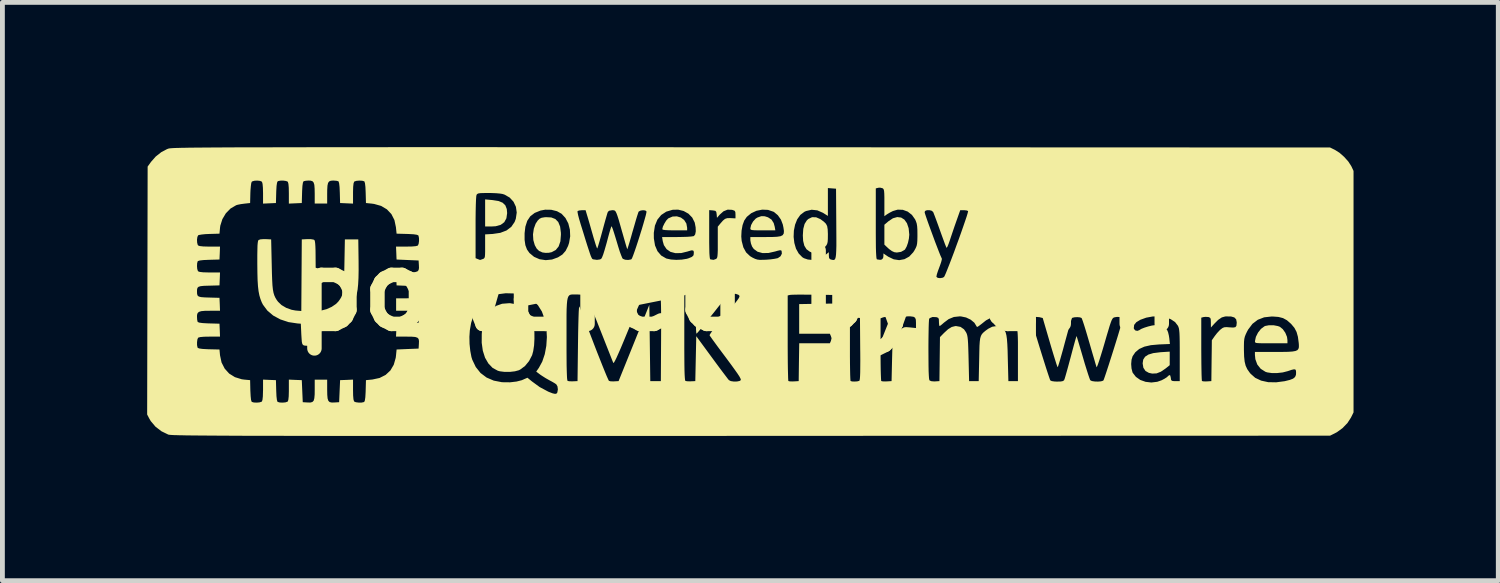
<source format=kicad_pcb>
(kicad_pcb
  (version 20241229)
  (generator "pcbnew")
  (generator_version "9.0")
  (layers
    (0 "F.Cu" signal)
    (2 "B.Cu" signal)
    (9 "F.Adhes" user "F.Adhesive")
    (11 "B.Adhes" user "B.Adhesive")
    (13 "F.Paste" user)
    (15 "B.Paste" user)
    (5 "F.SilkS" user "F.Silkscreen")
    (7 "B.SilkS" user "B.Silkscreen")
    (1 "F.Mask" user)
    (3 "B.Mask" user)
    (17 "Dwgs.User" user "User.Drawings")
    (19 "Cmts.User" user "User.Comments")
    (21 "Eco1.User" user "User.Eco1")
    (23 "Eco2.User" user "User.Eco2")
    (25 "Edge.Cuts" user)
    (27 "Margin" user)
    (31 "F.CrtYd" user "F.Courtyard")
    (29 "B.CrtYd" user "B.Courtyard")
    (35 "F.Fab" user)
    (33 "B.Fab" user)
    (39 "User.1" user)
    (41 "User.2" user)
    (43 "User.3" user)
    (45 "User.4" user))
  (footprint "powered by qmk"
    (layer "F.Cu")
    (at 12.502 2.974)
    (property "Reference" "powered by qmk" (at 0 0 0) (layer "F.SilkS") (effects (font (size 1.524 1.524) (thickness 0.3))))
    (attr board_only exclude_from_pos_files exclude_from_bom)
    (fp_poly (pts (xy -5.343 -1.877) (xy -5.222 -1.858) (xy -5.135 -1.823) (xy -5.078 -1.768) (xy -5.048 -1.691) (xy -5.041 -1.607) (xy -5.056 -1.5) (xy -5.1 -1.419) (xy -5.174 -1.364) (xy -5.278 -1.335) (xy -5.361 -1.33) (xy -5.497 -1.33) (xy -5.497 -1.891)) (stroke (width 0) (type solid)) (fill yes) (layer "F.SilkS"))
    (fp_poly (pts (xy 8.692 1.545) (xy 8.607 1.613) (xy 8.509 1.68) (xy 8.42 1.715) (xy 8.329 1.719) (xy 8.26 1.704) (xy 8.19 1.665) (xy 8.146 1.598) (xy 8.131 1.507) (xy 8.131 1.507) (xy 8.143 1.429) (xy 8.182 1.369) (xy 8.25 1.325) (xy 8.35 1.295) (xy 8.486 1.278) (xy 8.503 1.276) (xy 8.692 1.264)) (stroke (width 0) (type solid)) (fill yes) (layer "F.SilkS"))
    (fp_poly (pts (xy -1.44 -1.515) (xy -1.372 -1.464) (xy -1.326 -1.391) (xy -1.31 -1.302) (xy -1.31 -1.25) (xy -1.568 -1.25) (xy -1.68 -1.251) (xy -1.757 -1.255) (xy -1.803 -1.261) (xy -1.823 -1.27) (xy -1.825 -1.275) (xy -1.813 -1.326) (xy -1.782 -1.39) (xy -1.744 -1.452) (xy -1.705 -1.494) (xy -1.7 -1.498) (xy -1.612 -1.536) (xy -1.523 -1.54)) (stroke (width 0) (type solid)) (fill yes) (layer "F.SilkS"))
    (fp_poly (pts (xy 0.297 -1.542) (xy 0.366 -1.52) (xy 0.438 -1.473) (xy 0.484 -1.401) (xy 0.505 -1.325) (xy 0.518 -1.25) (xy 0.259 -1.25) (xy 0.153 -1.25) (xy 0.081 -1.252) (xy 0.036 -1.256) (xy 0.012 -1.263) (xy 0.002 -1.275) (xy 0 -1.291) (xy 0.016 -1.36) (xy 0.056 -1.433) (xy 0.111 -1.493) (xy 0.146 -1.515) (xy 0.225 -1.543)) (stroke (width 0) (type solid)) (fill yes) (layer "F.SilkS"))
    (fp_poly (pts (xy 3.125 -1.515) (xy 3.193 -1.472) (xy 3.246 -1.397) (xy 3.281 -1.293) (xy 3.294 -1.161) (xy 3.294 -1.159) (xy 3.286 -1.078) (xy 3.267 -0.991) (xy 3.239 -0.913) (xy 3.208 -0.857) (xy 3.198 -0.846) (xy 3.124 -0.804) (xy 3.037 -0.79) (xy 2.985 -0.797) (xy 2.934 -0.82) (xy 2.876 -0.862) (xy 2.851 -0.884) (xy 2.778 -0.954) (xy 2.778 -1.366) (xy 2.861 -1.437) (xy 2.955 -1.5) (xy 3.044 -1.525)) (stroke (width 0) (type solid)) (fill yes) (layer "F.SilkS"))
    (fp_poly (pts (xy 10.844 0.717) (xy 10.933 0.734) (xy 10.974 0.749) (xy 11.035 0.798) (xy 11.088 0.873) (xy 11.123 0.959) (xy 11.132 1.026) (xy 11.132 1.091) (xy 10.795 1.091) (xy 10.672 1.091) (xy 10.584 1.09) (xy 10.524 1.088) (xy 10.487 1.084) (xy 10.467 1.076) (xy 10.46 1.065) (xy 10.459 1.049) (xy 10.459 1.047) (xy 10.478 0.958) (xy 10.522 0.87) (xy 10.583 0.793) (xy 10.654 0.74) (xy 10.671 0.732) (xy 10.75 0.717)) (stroke (width 0) (type solid)) (fill yes) (layer "F.SilkS"))
    (fp_poly (pts (xy -4.125 -1.517) (xy -4.041 -1.484) (xy -3.981 -1.421) (xy -3.943 -1.328) (xy -3.927 -1.202) (xy -3.926 -1.159) (xy -3.937 -1.022) (xy -3.973 -0.917) (xy -4.034 -0.842) (xy -4.119 -0.797) (xy -4.177 -0.785) (xy -4.244 -0.783) (xy -4.305 -0.791) (xy -4.312 -0.793) (xy -4.379 -0.823) (xy -4.428 -0.871) (xy -4.468 -0.943) (xy -4.498 -1.048) (xy -4.505 -1.166) (xy -4.488 -1.284) (xy -4.45 -1.388) (xy -4.407 -1.453) (xy -4.369 -1.49) (xy -4.328 -1.51) (xy -4.27 -1.52) (xy -4.235 -1.523)) (stroke (width 0) (type solid)) (fill yes) (layer "F.SilkS"))
    (fp_poly (pts (xy 1.362 -1.521) (xy 1.45 -1.483) (xy 1.459 -1.477) (xy 1.524 -1.429) (xy 1.567 -1.386) (xy 1.592 -1.337) (xy 1.603 -1.271) (xy 1.607 -1.178) (xy 1.607 -1.157) (xy 1.606 -1.069) (xy 1.602 -1.01) (xy 1.592 -0.97) (xy 1.575 -0.938) (xy 1.557 -0.916) (xy 1.514 -0.876) (xy 1.454 -0.835) (xy 1.391 -0.799) (xy 1.338 -0.777) (xy 1.318 -0.774) (xy 1.29 -0.782) (xy 1.243 -0.803) (xy 1.23 -0.809) (xy 1.164 -0.858) (xy 1.119 -0.931) (xy 1.094 -1.032) (xy 1.088 -1.146) (xy 1.097 -1.28) (xy 1.124 -1.382) (xy 1.172 -1.458) (xy 1.203 -1.486) (xy 1.278 -1.522)) (stroke (width 0) (type solid)) (fill yes) (layer "F.SilkS"))
    (fp_poly (pts (xy -4.974 0.261) (xy -4.829 0.288) (xy -4.708 0.345) (xy -4.611 0.435) (xy -4.539 0.556) (xy -4.509 0.635) (xy -4.488 0.737) (xy -4.476 0.863) (xy -4.475 0.998) (xy -4.482 1.132) (xy -4.5 1.251) (xy -4.523 1.337) (xy -4.587 1.46) (xy -4.671 1.562) (xy -4.769 1.635) (xy -4.799 1.65) (xy -4.88 1.672) (xy -4.984 1.684) (xy -5.093 1.684) (xy -5.19 1.672) (xy -5.234 1.66) (xy -5.342 1.601) (xy -5.43 1.509) (xy -5.499 1.39) (xy -5.545 1.245) (xy -5.568 1.08) (xy -5.567 0.897) (xy -5.559 0.816) (xy -5.522 0.645) (xy -5.462 0.504) (xy -5.379 0.394) (xy -5.273 0.317) (xy -5.146 0.272) (xy -4.997 0.26)) (stroke (width 0) (type solid)) (fill yes) (layer "F.SilkS"))
    (fp_poly (pts (xy -10.048 -1.068) (xy -9.932 -1.062) (xy -9.92 -0.536) (xy -9.916 -0.362) (xy -9.911 -0.222) (xy -9.905 -0.111) (xy -9.896 -0.024) (xy -9.883 0.045) (xy -9.866 0.1) (xy -9.844 0.148) (xy -9.816 0.194) (xy -9.789 0.23) (xy -9.717 0.299) (xy -9.619 0.357) (xy -9.507 0.397) (xy -9.425 0.412) (xy -9.307 0.422) (xy -9.302 -0.32) (xy -9.297 -1.062) (xy -9.181 -1.068) (xy -9.107 -1.067) (xy -9.053 -1.058) (xy -9.037 -1.05) (xy -9.03 -1.038) (xy -9.024 -1.014) (xy -9.019 -0.973) (xy -9.015 -0.912) (xy -9.012 -0.827) (xy -9.011 -0.716) (xy -9.01 -0.573) (xy -9.009 -0.397) (xy -9.009 -0.298) (xy -9.009 0.431) (xy -8.896 0.413) (xy -8.784 0.384) (xy -8.677 0.336) (xy -8.587 0.275) (xy -8.541 0.228) (xy -8.508 0.183) (xy -8.482 0.141) (xy -8.462 0.096) (xy -8.447 0.044) (xy -8.435 -0.021) (xy -8.428 -0.105) (xy -8.422 -0.212) (xy -8.418 -0.348) (xy -8.414 -0.519) (xy -8.414 -0.526) (xy -8.404 -1.062) (xy -8.126 -1.062) (xy -8.12 -0.615) (xy -8.119 -0.422) (xy -8.122 -0.263) (xy -8.129 -0.132) (xy -8.14 -0.023) (xy -8.157 0.068) (xy -8.179 0.148) (xy -8.208 0.221) (xy -8.209 0.222) (xy -8.285 0.347) (xy -8.392 0.459) (xy -8.522 0.553) (xy -8.666 0.623) (xy -8.817 0.665) (xy -8.928 0.675) (xy -9.009 0.675) (xy -9.009 0.878) (xy -9.011 0.966) (xy -9.015 1.04) (xy -9.021 1.09) (xy -9.025 1.106) (xy -9.055 1.124) (xy -9.11 1.137) (xy -9.174 1.143) (xy -9.231 1.14) (xy -9.257 1.134) (xy -9.275 1.122) (xy -9.287 1.101) (xy -9.296 1.063) (xy -9.301 0.999) (xy -9.307 0.904) (xy -9.307 0.901) (xy -9.317 0.685) (xy -9.386 0.68) (xy -9.573 0.652) (xy -9.742 0.596) (xy -9.89 0.516) (xy -10.011 0.413) (xy -10.102 0.291) (xy -10.127 0.242) (xy -10.154 0.173) (xy -10.176 0.098) (xy -10.193 0.011) (xy -10.205 -0.091) (xy -10.213 -0.216) (xy -10.217 -0.369) (xy -10.219 -0.554) (xy -10.219 -0.588) (xy -10.219 -0.737) (xy -10.217 -0.85) (xy -10.215 -0.934) (xy -10.21 -0.991) (xy -10.204 -1.027) (xy -10.195 -1.047) (xy -10.191 -1.05) (xy -10.154 -1.063) (xy -10.09 -1.068)) (stroke (width 0) (type solid)) (fill yes) (layer "F.SilkS"))
    (fp_poly (pts (xy -5.929 -2.974) (xy -5.373 -2.974) (xy -4.784 -2.973) (xy -4.161 -2.973) (xy -3.504 -2.973) (xy -2.812 -2.973) (xy -2.084 -2.973) (xy -1.318 -2.972) (xy -0.514 -2.972) (xy 0.03 -2.972) (xy 12.015 -2.967) (xy 12.115 -2.918) (xy 12.212 -2.857) (xy 12.308 -2.772) (xy 12.393 -2.677) (xy 12.454 -2.583) (xy 12.458 -2.575) (xy 12.502 -2.481) (xy 12.502 2.523) (xy 12.448 2.632) (xy 12.376 2.743) (xy 12.276 2.847) (xy 12.159 2.933) (xy 12.11 2.959) (xy 12.015 3.006) (xy 0.02 3.01) (xy -0.81 3.011) (xy -1.602 3.011) (xy -2.356 3.011) (xy -3.072 3.011) (xy -3.753 3.011) (xy -4.399 3.012) (xy -5.01 3.012) (xy -5.589 3.012) (xy -6.135 3.012) (xy -6.649 3.012) (xy -7.134 3.012) (xy -7.588 3.011) (xy -8.014 3.011) (xy -8.412 3.011) (xy -8.784 3.011) (xy -9.13 3.01) (xy -9.45 3.01) (xy -9.747 3.009) (xy -10.021 3.009) (xy -10.272 3.008) (xy -10.503 3.008) (xy -10.713 3.007) (xy -10.903 3.006) (xy -11.075 3.005) (xy -11.23 3.004) (xy -11.368 3.003) (xy -11.49 3.002) (xy -11.598 3.001) (xy -11.691 3) (xy -11.772 2.998) (xy -11.84 2.997) (xy -11.898 2.995) (xy -11.945 2.994) (xy -11.984 2.992) (xy -12.013 2.99) (xy -12.036 2.988) (xy -12.052 2.986) (xy -12.062 2.984) (xy -12.065 2.983) (xy -12.205 2.915) (xy -12.329 2.82) (xy -12.428 2.703) (xy -12.46 2.648) (xy -12.502 2.567) (xy -12.498 0.541) (xy -11.469 0.541) (xy -11.466 0.6) (xy -11.457 0.642) (xy -11.454 0.649) (xy -11.425 0.662) (xy -11.357 0.672) (xy -11.252 0.678) (xy -11.221 0.679) (xy -11.003 0.685) (xy -10.997 0.819) (xy -10.992 0.953) (xy -11.207 0.953) (xy -11.322 0.955) (xy -11.401 0.962) (xy -11.442 0.974) (xy -11.446 0.976) (xy -11.461 1.012) (xy -11.468 1.068) (xy -11.468 1.129) (xy -11.458 1.177) (xy -11.454 1.185) (xy -11.425 1.198) (xy -11.357 1.208) (xy -11.252 1.214) (xy -11.221 1.215) (xy -11.003 1.22) (xy -10.992 1.339) (xy -10.96 1.489) (xy -10.895 1.616) (xy -10.802 1.719) (xy -10.683 1.793) (xy -10.541 1.837) (xy -10.487 1.844) (xy -10.368 1.855) (xy -10.363 2.073) (xy -10.357 2.187) (xy -10.349 2.264) (xy -10.336 2.302) (xy -10.333 2.306) (xy -10.292 2.318) (xy -10.232 2.321) (xy -10.173 2.316) (xy -10.13 2.302) (xy -10.124 2.298) (xy -10.112 2.264) (xy -10.104 2.192) (xy -10.101 2.083) (xy -10.1 2.059) (xy -10.1 1.844) (xy -9.967 1.85) (xy -9.833 1.855) (xy -9.827 2.073) (xy -9.822 2.187) (xy -9.813 2.264) (xy -9.801 2.302) (xy -9.797 2.306) (xy -9.756 2.318) (xy -9.697 2.321) (xy -9.637 2.316) (xy -9.595 2.302) (xy -9.588 2.298) (xy -9.576 2.264) (xy -9.568 2.192) (xy -9.565 2.083) (xy -9.565 2.059) (xy -9.565 1.844) (xy -9.431 1.85) (xy -9.297 1.855) (xy -9.277 2.312) (xy -9.178 2.318) (xy -9.119 2.319) (xy -9.078 2.308) (xy -9.051 2.281) (xy -9.037 2.23) (xy -9.03 2.151) (xy -9.029 2.05) (xy -9.029 1.845) (xy -8.771 1.845) (xy -8.771 2.05) (xy -8.769 2.16) (xy -8.762 2.236) (xy -8.746 2.284) (xy -8.719 2.31) (xy -8.676 2.319) (xy -8.621 2.318) (xy -8.523 2.312) (xy -8.503 1.855) (xy -8.369 1.85) (xy -8.235 1.844) (xy -8.235 2.059) (xy -8.233 2.174) (xy -8.226 2.253) (xy -8.214 2.294) (xy -8.211 2.298) (xy -8.176 2.313) (xy -8.119 2.32) (xy -8.058 2.32) (xy -8.011 2.31) (xy -8.003 2.306) (xy -7.99 2.277) (xy -7.98 2.209) (xy -7.974 2.104) (xy -7.973 2.073) (xy -7.967 1.855) (xy -7.833 1.842) (xy -7.685 1.81) (xy -7.56 1.747) (xy -7.461 1.655) (xy -7.391 1.536) (xy -7.35 1.392) (xy -7.345 1.352) (xy -7.332 1.22) (xy -7.104 1.21) (xy -6.876 1.201) (xy -6.87 1.105) (xy -6.868 1.044) (xy -6.876 1.001) (xy -6.901 0.975) (xy -6.947 0.96) (xy -6.984 0.957) (xy -5.823 0.957) (xy -5.82 1.104) (xy -5.805 1.248) (xy -5.781 1.375) (xy -5.764 1.43) (xy -5.691 1.583) (xy -5.592 1.707) (xy -5.467 1.801) (xy -5.318 1.865) (xy -5.147 1.898) (xy -4.981 1.9) (xy -4.845 1.884) (xy -4.736 1.856) (xy -4.716 1.847) (xy -4.62 1.805) (xy -4.527 1.881) (xy -4.367 1.998) (xy -4.197 2.089) (xy -4.178 2.098) (xy -4.097 2.129) (xy -4.045 2.14) (xy -4.014 2.131) (xy -4.001 2.112) (xy -3.989 2.046) (xy -3.998 1.983) (xy -4.023 1.941) (xy -4.06 1.916) (xy -4.117 1.883) (xy -4.166 1.857) (xy -4.242 1.814) (xy -4.319 1.765) (xy -4.356 1.74) (xy -4.438 1.678) (xy -4.382 1.598) (xy -4.313 1.471) (xy -4.261 1.317) (xy -4.229 1.145) (xy -4.217 0.963) (xy -4.227 0.781) (xy -4.249 0.666) (xy -3.81 0.666) (xy -3.81 0.857) (xy -3.81 1.015) (xy -3.81 1.23) (xy -3.809 1.409) (xy -3.808 1.554) (xy -3.805 1.668) (xy -3.802 1.753) (xy -3.799 1.814) (xy -3.794 1.852) (xy -3.788 1.87) (xy -3.785 1.872) (xy -3.751 1.878) (xy -3.695 1.88) (xy -3.671 1.879) (xy -3.582 1.875) (xy -3.572 1.081) (xy -3.569 0.869) (xy -3.565 0.69) (xy -3.561 0.545) (xy -3.557 0.436) (xy -3.552 0.364) (xy -3.547 0.329) (xy -3.544 0.327) (xy -3.533 0.354) (xy -3.509 0.414) (xy -3.475 0.502) (xy -3.431 0.615) (xy -3.379 0.748) (xy -3.322 0.897) (xy -3.26 1.058) (xy -3.24 1.111) (xy -3.177 1.274) (xy -3.117 1.425) (xy -3.063 1.561) (xy -3.016 1.677) (xy -2.978 1.769) (xy -2.949 1.834) (xy -2.933 1.867) (xy -2.93 1.87) (xy -2.897 1.879) (xy -2.842 1.881) (xy -2.819 1.88) (xy -2.731 1.875) (xy -2.412 1.085) (xy -2.094 0.295) (xy -2.084 1.085) (xy -2.074 1.875) (xy -1.855 1.875) (xy -1.85 1.004) (xy -1.85 0.98) (xy -1.369 0.98) (xy -1.369 1.2) (xy -1.368 1.384) (xy -1.367 1.533) (xy -1.365 1.651) (xy -1.362 1.741) (xy -1.358 1.805) (xy -1.354 1.846) (xy -1.348 1.868) (xy -1.344 1.872) (xy -1.31 1.878) (xy -1.254 1.88) (xy -1.23 1.879) (xy -1.141 1.875) (xy -1.121 0.944) (xy -0.798 1.384) (xy -0.712 1.501) (xy -0.632 1.609) (xy -0.562 1.702) (xy -0.505 1.777) (xy -0.465 1.83) (xy -0.445 1.854) (xy -0.444 1.855) (xy -0.404 1.875) (xy -0.343 1.884) (xy -0.277 1.883) (xy -0.223 1.872) (xy -0.2 1.857) (xy -0.197 1.843) (xy -0.206 1.818) (xy -0.228 1.777) (xy -0.266 1.719) (xy -0.322 1.64) (xy -0.397 1.536) (xy -0.495 1.404) (xy -0.506 1.389) (xy -0.593 1.273) (xy -0.672 1.167) (xy -0.739 1.075) (xy -0.793 1.001) (xy -0.808 0.979) (xy 0.774 0.979) (xy 0.774 1.162) (xy 0.775 1.333) (xy 0.776 1.488) (xy 0.778 1.622) (xy 0.781 1.731) (xy 0.783 1.812) (xy 0.786 1.861) (xy 0.788 1.873) (xy 0.814 1.88) (xy 0.866 1.882) (xy 0.902 1.881) (xy 1.002 1.875) (xy 1.007 1.483) (xy 1.013 1.091) (xy 1.648 1.091) (xy 1.67 1.042) (xy 1.683 0.986) (xy 1.67 0.943) (xy 1.648 0.893) (xy 1.012 0.893) (xy 1.012 0.554) (xy 2.064 0.554) (xy 2.064 1.206) (xy 2.064 1.363) (xy 2.065 1.508) (xy 2.067 1.634) (xy 2.069 1.739) (xy 2.072 1.816) (xy 2.075 1.862) (xy 2.077 1.872) (xy 2.107 1.882) (xy 2.158 1.884) (xy 2.213 1.881) (xy 2.253 1.871) (xy 2.258 1.869) (xy 2.265 1.856) (xy 2.27 1.824) (xy 2.274 1.772) (xy 2.277 1.694) (xy 2.278 1.588) (xy 2.279 1.45) (xy 2.278 1.277) (xy 2.277 1.217) (xy 2.699 1.217) (xy 2.699 1.372) (xy 2.7 1.516) (xy 2.702 1.641) (xy 2.705 1.744) (xy 2.708 1.82) (xy 2.711 1.864) (xy 2.713 1.873) (xy 2.739 1.88) (xy 2.791 1.882) (xy 2.827 1.881) (xy 2.927 1.875) (xy 2.937 1.439) (xy 2.941 1.288) (xy 2.943 1.221) (xy 3.691 1.221) (xy 3.692 1.406) (xy 3.693 1.555) (xy 3.695 1.67) (xy 3.699 1.756) (xy 3.703 1.814) (xy 3.709 1.849) (xy 3.716 1.862) (xy 3.752 1.877) (xy 3.813 1.882) (xy 3.83 1.881) (xy 3.919 1.875) (xy 3.93 0.963) (xy 4.014 0.877) (xy 4.099 0.799) (xy 4.174 0.753) (xy 4.246 0.735) (xy 4.264 0.734) (xy 4.356 0.751) (xy 4.428 0.801) (xy 4.47 0.862) (xy 4.484 0.891) (xy 4.494 0.923) (xy 4.502 0.964) (xy 4.508 1.02) (xy 4.513 1.096) (xy 4.517 1.197) (xy 4.521 1.33) (xy 4.523 1.409) (xy 4.534 1.875) (xy 4.733 1.875) (xy 4.743 1.415) (xy 4.746 1.263) (xy 4.749 1.145) (xy 4.755 1.056) (xy 4.764 0.989) (xy 4.779 0.939) (xy 4.8 0.9) (xy 4.831 0.867) (xy 4.871 0.833) (xy 4.924 0.795) (xy 4.929 0.791) (xy 5.013 0.748) (xy 5.102 0.734) (xy 5.184 0.749) (xy 5.217 0.767) (xy 5.248 0.792) (xy 5.273 0.824) (xy 5.292 0.867) (xy 5.307 0.925) (xy 5.318 1.003) (xy 5.326 1.107) (xy 5.332 1.241) (xy 5.336 1.409) (xy 5.348 1.875) (xy 5.546 1.875) (xy 5.546 1.349) (xy 5.546 1.191) (xy 5.546 1.067) (xy 5.544 0.972) (xy 5.541 0.901) (xy 5.537 0.849) (xy 5.53 0.811) (xy 5.521 0.782) (xy 5.51 0.755) (xy 5.502 0.74) (xy 5.43 0.645) (xy 5.336 0.577) (xy 5.326 0.574) (xy 5.816 0.574) (xy 5.852 0.699) (xy 5.885 0.809) (xy 5.922 0.934) (xy 5.963 1.069) (xy 6.006 1.209) (xy 6.049 1.347) (xy 6.091 1.48) (xy 6.129 1.601) (xy 6.163 1.705) (xy 6.19 1.786) (xy 6.209 1.84) (xy 6.217 1.86) (xy 6.249 1.875) (xy 6.312 1.884) (xy 6.362 1.885) (xy 6.435 1.883) (xy 6.479 1.874) (xy 6.502 1.857) (xy 6.505 1.85) (xy 6.516 1.822) (xy 6.534 1.761) (xy 6.559 1.673) (xy 6.589 1.565) (xy 6.622 1.442) (xy 6.64 1.376) (xy 6.673 1.251) (xy 6.703 1.14) (xy 6.728 1.049) (xy 6.748 0.982) (xy 6.759 0.946) (xy 6.761 0.941) (xy 6.768 0.96) (xy 6.784 1.013) (xy 6.808 1.093) (xy 6.838 1.194) (xy 6.873 1.313) (xy 6.895 1.388) (xy 6.932 1.515) (xy 6.968 1.63) (xy 6.999 1.728) (xy 7.024 1.802) (xy 7.041 1.847) (xy 7.046 1.857) (xy 7.08 1.874) (xy 7.138 1.883) (xy 7.205 1.885) (xy 7.267 1.88) (xy 7.31 1.867) (xy 7.318 1.86) (xy 7.328 1.837) (xy 7.348 1.78) (xy 7.376 1.697) (xy 7.41 1.593) (xy 7.434 1.52) (xy 7.893 1.52) (xy 7.9 1.612) (xy 7.92 1.69) (xy 7.925 1.702) (xy 7.991 1.787) (xy 8.082 1.851) (xy 8.192 1.89) (xy 8.312 1.904) (xy 8.434 1.889) (xy 8.523 1.858) (xy 8.584 1.826) (xy 8.632 1.795) (xy 8.649 1.779) (xy 8.682 1.75) (xy 8.703 1.758) (xy 8.714 1.803) (xy 8.715 1.811) (xy 8.721 1.85) (xy 8.738 1.869) (xy 8.777 1.875) (xy 8.811 1.875) (xy 8.9 1.875) (xy 8.9 1.339) (xy 8.9 1.209) (xy 9.346 1.209) (xy 9.347 1.366) (xy 9.348 1.51) (xy 9.35 1.637) (xy 9.352 1.741) (xy 9.355 1.818) (xy 9.358 1.863) (xy 9.361 1.873) (xy 9.387 1.88) (xy 9.439 1.882) (xy 9.465 1.881) (xy 9.555 1.875) (xy 9.56 1.452) (xy 9.563 1.23) (xy 10.23 1.23) (xy 10.234 1.365) (xy 10.245 1.471) (xy 10.266 1.556) (xy 10.3 1.629) (xy 10.35 1.7) (xy 10.368 1.722) (xy 10.464 1.807) (xy 10.587 1.865) (xy 10.733 1.897) (xy 10.898 1.9) (xy 11.079 1.876) (xy 11.081 1.875) (xy 11.182 1.85) (xy 11.249 1.824) (xy 11.289 1.791) (xy 11.308 1.747) (xy 11.311 1.706) (xy 11.309 1.661) (xy 11.298 1.636) (xy 11.27 1.63) (xy 11.22 1.641) (xy 11.14 1.668) (xy 11.035 1.695) (xy 10.919 1.708) (xy 10.807 1.708) (xy 10.712 1.694) (xy 10.676 1.682) (xy 10.578 1.62) (xy 10.507 1.531) (xy 10.467 1.421) (xy 10.458 1.332) (xy 10.458 1.27) (xy 10.87 1.27) (xy 11.025 1.27) (xy 11.145 1.268) (xy 11.234 1.262) (xy 11.297 1.251) (xy 11.337 1.234) (xy 11.359 1.208) (xy 11.369 1.173) (xy 11.369 1.125) (xy 11.366 1.084) (xy 11.349 0.956) (xy 11.321 0.856) (xy 11.277 0.772) (xy 11.212 0.694) (xy 11.202 0.684) (xy 11.122 0.614) (xy 11.04 0.569) (xy 10.946 0.545) (xy 10.827 0.536) (xy 10.803 0.536) (xy 10.649 0.553) (xy 10.517 0.604) (xy 10.407 0.688) (xy 10.318 0.806) (xy 10.294 0.85) (xy 10.267 0.907) (xy 10.249 0.953) (xy 10.238 1) (xy 10.232 1.057) (xy 10.23 1.135) (xy 10.23 1.23) (xy 9.563 1.23) (xy 9.565 1.028) (xy 9.624 0.943) (xy 9.673 0.88) (xy 9.728 0.821) (xy 9.747 0.804) (xy 9.787 0.774) (xy 9.823 0.759) (xy 9.871 0.756) (xy 9.934 0.761) (xy 10.009 0.765) (xy 10.053 0.757) (xy 10.074 0.73) (xy 10.08 0.678) (xy 10.081 0.655) (xy 10.069 0.594) (xy 10.031 0.555) (xy 9.965 0.536) (xy 9.866 0.534) (xy 9.842 0.535) (xy 9.771 0.555) (xy 9.696 0.606) (xy 9.62 0.682) (xy 9.546 0.764) (xy 9.545 0.662) (xy 9.543 0.601) (xy 9.534 0.568) (xy 9.512 0.553) (xy 9.495 0.547) (xy 9.435 0.543) (xy 9.396 0.547) (xy 9.346 0.56) (xy 9.346 1.209) (xy 8.9 1.209) (xy 8.9 1.177) (xy 8.899 1.05) (xy 8.897 0.952) (xy 8.894 0.879) (xy 8.889 0.825) (xy 8.883 0.785) (xy 8.874 0.755) (xy 8.863 0.729) (xy 8.863 0.729) (xy 8.803 0.651) (xy 8.714 0.592) (xy 8.604 0.552) (xy 8.477 0.533) (xy 8.342 0.535) (xy 8.205 0.56) (xy 8.083 0.604) (xy 8 0.654) (xy 7.955 0.71) (xy 7.947 0.774) (xy 7.951 0.792) (xy 7.977 0.824) (xy 8.02 0.834) (xy 8.062 0.819) (xy 8.068 0.814) (xy 8.105 0.792) (xy 8.168 0.767) (xy 8.244 0.743) (xy 8.321 0.724) (xy 8.384 0.715) (xy 8.398 0.714) (xy 8.49 0.726) (xy 8.572 0.759) (xy 8.631 0.806) (xy 8.639 0.817) (xy 8.658 0.862) (xy 8.674 0.929) (xy 8.683 0.985) (xy 8.696 1.106) (xy 8.471 1.115) (xy 8.302 1.13) (xy 8.166 1.161) (xy 8.06 1.209) (xy 7.979 1.277) (xy 7.923 1.359) (xy 7.901 1.43) (xy 7.893 1.52) (xy 7.434 1.52) (xy 7.449 1.472) (xy 7.491 1.341) (xy 7.534 1.205) (xy 7.576 1.07) (xy 7.616 0.941) (xy 7.651 0.824) (xy 7.681 0.724) (xy 7.703 0.646) (xy 7.717 0.597) (xy 7.719 0.583) (xy 7.702 0.561) (xy 7.658 0.547) (xy 7.601 0.544) (xy 7.551 0.552) (xy 7.533 0.558) (xy 7.518 0.567) (xy 7.504 0.585) (xy 7.488 0.615) (xy 7.47 0.662) (xy 7.447 0.73) (xy 7.419 0.824) (xy 7.382 0.947) (xy 7.34 1.093) (xy 7.3 1.228) (xy 7.263 1.348) (xy 7.231 1.449) (xy 7.205 1.525) (xy 7.186 1.573) (xy 7.177 1.588) (xy 7.176 1.587) (xy 7.168 1.561) (xy 7.15 1.502) (xy 7.125 1.415) (xy 7.093 1.307) (xy 7.057 1.183) (xy 7.025 1.072) (xy 6.986 0.939) (xy 6.95 0.818) (xy 6.918 0.715) (xy 6.892 0.636) (xy 6.873 0.584) (xy 6.865 0.567) (xy 6.832 0.554) (xy 6.778 0.549) (xy 6.72 0.552) (xy 6.677 0.562) (xy 6.667 0.568) (xy 6.658 0.591) (xy 6.64 0.647) (xy 6.614 0.732) (xy 6.584 0.838) (xy 6.55 0.962) (xy 6.516 1.086) (xy 6.48 1.221) (xy 6.446 1.341) (xy 6.417 1.443) (xy 6.393 1.522) (xy 6.377 1.571) (xy 6.37 1.587) (xy 6.361 1.569) (xy 6.343 1.518) (xy 6.318 1.438) (xy 6.286 1.335) (xy 6.249 1.213) (xy 6.209 1.078) (xy 6.209 1.077) (xy 6.06 0.567) (xy 5.991 0.55) (xy 5.918 0.544) (xy 5.869 0.554) (xy 5.816 0.574) (xy 5.326 0.574) (xy 5.228 0.539) (xy 5.112 0.532) (xy 4.996 0.557) (xy 4.887 0.615) (xy 4.871 0.627) (xy 4.796 0.687) (xy 4.746 0.725) (xy 4.716 0.746) (xy 4.699 0.752) (xy 4.692 0.746) (xy 4.689 0.74) (xy 4.643 0.665) (xy 4.567 0.602) (xy 4.471 0.556) (xy 4.365 0.534) (xy 4.339 0.533) (xy 4.218 0.546) (xy 4.11 0.59) (xy 4.013 0.663) (xy 3.967 0.703) (xy 3.933 0.729) (xy 3.922 0.734) (xy 3.914 0.717) (xy 3.91 0.672) (xy 3.909 0.647) (xy 3.907 0.593) (xy 3.895 0.565) (xy 3.865 0.552) (xy 3.85 0.549) (xy 3.776 0.546) (xy 3.721 0.568) (xy 3.706 0.584) (xy 3.703 0.608) (xy 3.699 0.668) (xy 3.696 0.756) (xy 3.694 0.87) (xy 3.692 1.003) (xy 3.691 1.151) (xy 3.691 1.221) (xy 2.943 1.221) (xy 2.945 1.171) (xy 2.951 1.082) (xy 2.962 1.014) (xy 2.978 0.962) (xy 3.001 0.92) (xy 3.034 0.882) (xy 3.076 0.842) (xy 3.109 0.814) (xy 3.151 0.779) (xy 3.186 0.761) (xy 3.228 0.756) (xy 3.293 0.761) (xy 3.307 0.762) (xy 3.433 0.775) (xy 3.433 0.667) (xy 3.43 0.601) (xy 3.414 0.561) (xy 3.38 0.541) (xy 3.318 0.533) (xy 3.266 0.532) (xy 3.168 0.546) (xy 3.082 0.589) (xy 2.998 0.666) (xy 2.99 0.676) (xy 2.919 0.758) (xy 2.913 0.664) (xy 2.906 0.604) (xy 2.892 0.572) (xy 2.863 0.554) (xy 2.856 0.552) (xy 2.787 0.546) (xy 2.751 0.554) (xy 2.699 0.574) (xy 2.699 1.217) (xy 2.277 1.217) (xy 2.277 1.209) (xy 2.272 0.566) (xy 2.168 0.56) (xy 2.064 0.554) (xy 1.012 0.554) (xy 1.012 0.279) (xy 1.354 0.273) (xy 1.697 0.268) (xy 1.697 0.089) (xy 1.28 0.084) (xy 1.153 0.083) (xy 1.037 0.082) (xy 0.939 0.083) (xy 0.866 0.085) (xy 0.824 0.088) (xy 0.819 0.089) (xy 0.774 0.1) (xy 0.774 0.979) (xy -0.808 0.979) (xy -0.829 0.95) (xy -0.845 0.926) (xy -0.845 0.925) (xy -0.836 0.904) (xy -0.804 0.857) (xy -0.753 0.789) (xy -0.687 0.705) (xy -0.608 0.609) (xy -0.564 0.555) (xy -0.458 0.43) (xy -0.375 0.33) (xy -0.313 0.255) (xy -0.27 0.199) (xy -0.242 0.159) (xy -0.228 0.131) (xy -0.225 0.113) (xy -0.231 0.1) (xy -0.244 0.089) (xy -0.249 0.085) (xy -0.301 0.067) (xy -0.37 0.067) (xy -0.436 0.085) (xy -0.476 0.109) (xy -0.498 0.133) (xy -0.54 0.184) (xy -0.6 0.257) (xy -0.672 0.346) (xy -0.752 0.448) (xy -0.807 0.516) (xy -0.889 0.621) (xy -0.964 0.715) (xy -1.028 0.793) (xy -1.077 0.851) (xy -1.108 0.885) (xy -1.116 0.892) (xy -1.121 0.874) (xy -1.125 0.821) (xy -1.128 0.741) (xy -1.13 0.638) (xy -1.131 0.519) (xy -1.131 0.487) (xy -1.131 0.081) (xy -1.196 0.069) (xy -1.26 0.067) (xy -1.315 0.078) (xy -1.369 0.098) (xy -1.369 0.98) (xy -1.85 0.98) (xy -1.849 0.774) (xy -1.849 0.582) (xy -1.85 0.425) (xy -1.852 0.301) (xy -1.855 0.21) (xy -1.859 0.148) (xy -1.864 0.114) (xy -1.868 0.106) (xy -1.902 0.09) (xy -1.973 0.081) (xy -2.035 0.079) (xy -2.111 0.081) (xy -2.16 0.087) (xy -2.191 0.101) (xy -2.218 0.126) (xy -2.226 0.135) (xy -2.244 0.166) (xy -2.275 0.229) (xy -2.317 0.32) (xy -2.368 0.434) (xy -2.425 0.566) (xy -2.487 0.713) (xy -2.549 0.862) (xy -2.625 1.046) (xy -2.687 1.194) (xy -2.738 1.31) (xy -2.777 1.397) (xy -2.806 1.455) (xy -2.826 1.489) (xy -2.838 1.5) (xy -2.841 1.496) (xy -2.852 1.47) (xy -2.876 1.41) (xy -2.91 1.323) (xy -2.954 1.212) (xy -3.005 1.083) (xy -3.062 0.938) (xy -3.115 0.804) (xy -3.191 0.612) (xy -3.258 0.449) (xy -3.314 0.316) (xy -3.36 0.215) (xy -3.393 0.147) (xy -3.414 0.115) (xy -3.415 0.114) (xy -3.452 0.094) (xy -3.508 0.083) (xy -3.594 0.079) (xy -3.603 0.079) (xy -3.651 0.079) (xy -3.691 0.079) (xy -3.724 0.083) (xy -3.75 0.095) (xy -3.77 0.118) (xy -3.785 0.154) (xy -3.796 0.209) (xy -3.803 0.283) (xy -3.808 0.382) (xy -3.81 0.509) (xy -3.81 0.666) (xy -4.249 0.666) (xy -4.263 0.591) (xy -4.321 0.432) (xy -4.402 0.303) (xy -4.507 0.202) (xy -4.611 0.139) (xy -4.753 0.086) (xy -4.91 0.058) (xy -5.071 0.054) (xy -5.226 0.074) (xy -5.364 0.118) (xy -5.429 0.151) (xy -5.558 0.248) (xy -5.66 0.363) (xy -5.735 0.502) (xy -5.787 0.668) (xy -5.814 0.821) (xy -5.823 0.957) (xy -6.984 0.957) (xy -7.021 0.954) (xy -7.127 0.953) (xy -7.344 0.953) (xy -7.338 0.819) (xy -7.332 0.685) (xy -7.104 0.675) (xy -6.876 0.665) (xy -6.87 0.569) (xy -6.868 0.508) (xy -6.877 0.465) (xy -6.901 0.439) (xy -6.947 0.424) (xy -7.021 0.418) (xy -7.126 0.417) (xy -7.342 0.417) (xy -7.342 0.159) (xy -7.138 0.159) (xy -7.028 0.157) (xy -6.952 0.15) (xy -6.904 0.134) (xy -6.878 0.107) (xy -6.869 0.064) (xy -6.87 0.009) (xy -6.876 -0.089) (xy -7.104 -0.099) (xy -7.332 -0.109) (xy -7.338 -0.243) (xy -7.344 -0.377) (xy -7.127 -0.377) (xy -7.02 -0.378) (xy -6.946 -0.385) (xy -6.9 -0.399) (xy -6.876 -0.426) (xy -6.868 -0.469) (xy -6.87 -0.529) (xy -6.876 -0.625) (xy -7.104 -0.635) (xy -7.332 -0.645) (xy -7.334 -0.673) (xy -5.695 -0.673) (xy -5.651 -0.655) (xy -5.615 -0.641) (xy -5.602 -0.636) (xy -5.583 -0.642) (xy -5.548 -0.654) (xy -5.526 -0.663) (xy -5.512 -0.677) (xy -5.503 -0.701) (xy -5.499 -0.743) (xy -5.497 -0.81) (xy -5.497 -0.909) (xy -5.497 -1.052) (xy -4.679 -1.052) (xy -4.663 -0.942) (xy -4.629 -0.852) (xy -4.578 -0.78) (xy -4.483 -0.701) (xy -4.369 -0.651) (xy -4.242 -0.632) (xy -4.111 -0.645) (xy -3.987 -0.69) (xy -3.896 -0.748) (xy -3.829 -0.824) (xy -3.778 -0.926) (xy -3.757 -0.99) (xy -3.734 -1.126) (xy -3.74 -1.263) (xy -3.773 -1.393) (xy -3.832 -1.506) (xy -3.912 -1.593) (xy -4.009 -1.647) (xy -4.01 -1.647) (xy -3.582 -1.647) (xy -3.581 -1.622) (xy -3.57 -1.566) (xy -3.55 -1.489) (xy -3.523 -1.399) (xy -3.522 -1.394) (xy -3.464 -1.208) (xy -3.417 -1.055) (xy -3.379 -0.934) (xy -3.348 -0.84) (xy -3.325 -0.77) (xy -3.307 -0.719) (xy -3.292 -0.686) (xy -3.281 -0.665) (xy -3.271 -0.655) (xy -3.262 -0.65) (xy -3.259 -0.649) (xy -3.18 -0.638) (xy -3.115 -0.647) (xy -3.091 -0.66) (xy -3.074 -0.688) (xy -3.05 -0.749) (xy -3.022 -0.838) (xy -2.99 -0.949) (xy -2.975 -1.002) (xy -2.947 -1.109) (xy -2.921 -1.203) (xy -2.899 -1.276) (xy -2.884 -1.322) (xy -2.879 -1.334) (xy -2.869 -1.321) (xy -2.851 -1.276) (xy -2.827 -1.203) (xy -2.798 -1.11) (xy -2.77 -1.017) (xy -2.737 -0.907) (xy -2.706 -0.809) (xy -2.677 -0.731) (xy -2.655 -0.678) (xy -2.643 -0.66) (xy -2.596 -0.641) (xy -2.533 -0.636) (xy -2.476 -0.646) (xy -2.464 -0.652) (xy -2.451 -0.675) (xy -2.429 -0.73) (xy -2.4 -0.811) (xy -2.366 -0.91) (xy -2.329 -1.023) (xy -2.291 -1.142) (xy -2.274 -1.198) (xy -2.001 -1.198) (xy -2 -1.084) (xy -1.976 -0.937) (xy -1.925 -0.818) (xy -1.848 -0.728) (xy -1.745 -0.668) (xy -1.733 -0.664) (xy -1.645 -0.645) (xy -1.536 -0.638) (xy -1.421 -0.643) (xy -1.316 -0.66) (xy -1.28 -0.671) (xy -1.217 -0.697) (xy -1.184 -0.723) (xy -1.174 -0.751) (xy -1.171 -0.805) (xy -1.185 -0.832) (xy -1.222 -0.835) (xy -1.287 -0.816) (xy -1.298 -0.812) (xy -1.433 -0.779) (xy -1.553 -0.777) (xy -1.656 -0.804) (xy -1.736 -0.86) (xy -1.792 -0.943) (xy -1.816 -1.027) (xy -1.829 -1.111) (xy -1.518 -1.111) (xy -1.404 -1.113) (xy -1.304 -1.116) (xy -1.227 -1.122) (xy -1.179 -1.129) (xy -1.169 -1.132) (xy -1.145 -1.164) (xy -0.853 -1.164) (xy -0.853 -1) (xy -0.851 -0.872) (xy -0.849 -0.776) (xy -0.844 -0.71) (xy -0.839 -0.669) (xy -0.831 -0.65) (xy -0.828 -0.648) (xy -0.763 -0.638) (xy -0.713 -0.656) (xy -0.699 -0.666) (xy -0.689 -0.683) (xy -0.682 -0.713) (xy -0.678 -0.762) (xy -0.675 -0.836) (xy -0.675 -0.941) (xy -0.675 -1.001) (xy -0.675 -1.123) (xy -0.188 -1.123) (xy -0.18 -1.031) (xy -0.145 -0.897) (xy -0.088 -0.793) (xy -0.006 -0.715) (xy 0.044 -0.685) (xy 0.098 -0.659) (xy 0.145 -0.644) (xy 0.196 -0.638) (xy 0.266 -0.639) (xy 0.327 -0.641) (xy 0.416 -0.648) (xy 0.498 -0.659) (xy 0.557 -0.671) (xy 0.571 -0.675) (xy 0.625 -0.712) (xy 0.653 -0.766) (xy 0.648 -0.822) (xy 0.637 -0.835) (xy 0.611 -0.837) (xy 0.562 -0.826) (xy 0.515 -0.812) (xy 0.373 -0.78) (xy 0.25 -0.779) (xy 0.149 -0.807) (xy 0.071 -0.864) (xy 0.036 -0.914) (xy 0.012 -0.978) (xy 0.000095 -1.042) (xy 0 -1.046) (xy 0 -1.111) (xy 0.316 -1.111) (xy 0.453 -1.112) (xy 0.5 -1.114) (xy 0.897 -1.114) (xy 0.912 -0.988) (xy 0.946 -0.87) (xy 1.002 -0.77) (xy 1.077 -0.693) (xy 1.111 -0.672) (xy 1.192 -0.645) (xy 1.289 -0.636) (xy 1.383 -0.645) (xy 1.42 -0.655) (xy 1.469 -0.68) (xy 1.528 -0.719) (xy 1.551 -0.736) (xy 1.627 -0.797) (xy 1.627 -0.726) (xy 1.632 -0.676) (xy 1.652 -0.652) (xy 1.677 -0.643) (xy 1.705 -0.637) (xy 1.727 -0.635) (xy 1.745 -0.642) (xy 1.759 -0.661) (xy 1.769 -0.696) (xy 1.776 -0.75) (xy 1.78 -0.826) (xy 1.783 -0.928) (xy 1.783 -1.06) (xy 1.782 -1.224) (xy 1.781 -1.389) (xy 2.6 -1.389) (xy 2.6 -1.189) (xy 2.601 -1.027) (xy 2.602 -0.898) (xy 2.605 -0.799) (xy 2.609 -0.728) (xy 2.613 -0.681) (xy 2.619 -0.655) (xy 2.624 -0.648) (xy 2.692 -0.638) (xy 2.727 -0.647) (xy 2.751 -0.675) (xy 2.758 -0.715) (xy 2.758 -0.771) (xy 2.859 -0.703) (xy 2.972 -0.649) (xy 3.085 -0.632) (xy 3.194 -0.652) (xy 3.293 -0.706) (xy 3.376 -0.795) (xy 3.401 -0.834) (xy 3.428 -0.884) (xy 3.446 -0.927) (xy 3.456 -0.974) (xy 3.461 -1.034) (xy 3.463 -1.119) (xy 3.463 -1.161) (xy 3.462 -1.263) (xy 3.457 -1.336) (xy 3.448 -1.391) (xy 3.432 -1.438) (xy 3.416 -1.475) (xy 3.349 -1.57) (xy 3.272 -1.63) (xy 3.612 -1.63) (xy 3.618 -1.602) (xy 3.637 -1.544) (xy 3.665 -1.462) (xy 3.701 -1.361) (xy 3.742 -1.249) (xy 3.785 -1.132) (xy 3.828 -1.015) (xy 3.87 -0.906) (xy 3.907 -0.81) (xy 3.937 -0.735) (xy 3.959 -0.685) (xy 3.968 -0.668) (xy 3.968 -0.643) (xy 3.955 -0.592) (xy 3.931 -0.522) (xy 3.916 -0.482) (xy 3.887 -0.404) (xy 3.866 -0.339) (xy 3.857 -0.295) (xy 3.858 -0.285) (xy 3.884 -0.265) (xy 3.931 -0.259) (xy 3.983 -0.267) (xy 4.014 -0.283) (xy 4.027 -0.306) (xy 4.052 -0.362) (xy 4.085 -0.444) (xy 4.126 -0.547) (xy 4.172 -0.667) (xy 4.222 -0.799) (xy 4.272 -0.937) (xy 4.323 -1.075) (xy 4.371 -1.21) (xy 4.415 -1.336) (xy 4.453 -1.447) (xy 4.484 -1.539) (xy 4.504 -1.606) (xy 4.513 -1.644) (xy 4.513 -1.649) (xy 4.488 -1.661) (xy 4.439 -1.667) (xy 4.426 -1.667) (xy 4.35 -1.667) (xy 4.271 -1.444) (xy 4.232 -1.333) (xy 4.192 -1.215) (xy 4.155 -1.105) (xy 4.136 -1.047) (xy 4.11 -0.973) (xy 4.088 -0.918) (xy 4.071 -0.89) (xy 4.066 -0.888) (xy 4.056 -0.911) (xy 4.034 -0.965) (xy 4.005 -1.044) (xy 3.969 -1.142) (xy 3.931 -1.248) (xy 3.891 -1.36) (xy 3.854 -1.461) (xy 3.823 -1.544) (xy 3.8 -1.603) (xy 3.789 -1.63) (xy 3.759 -1.656) (xy 3.712 -1.668) (xy 3.663 -1.668) (xy 3.625 -1.654) (xy 3.612 -1.63) (xy 3.272 -1.63) (xy 3.262 -1.638) (xy 3.161 -1.675) (xy 3.054 -1.679) (xy 2.955 -1.65) (xy 2.892 -1.618) (xy 2.838 -1.586) (xy 2.823 -1.576) (xy 2.778 -1.543) (xy 2.778 -1.823) (xy 2.778 -1.934) (xy 2.776 -2.012) (xy 2.772 -2.063) (xy 2.765 -2.094) (xy 2.754 -2.112) (xy 2.739 -2.123) (xy 2.689 -2.135) (xy 2.65 -2.132) (xy 2.6 -2.119) (xy 2.6 -1.389) (xy 1.781 -1.389) (xy 1.781 -1.397) (xy 1.776 -2.113) (xy 1.607 -2.126) (xy 1.607 -1.549) (xy 1.505 -1.613) (xy 1.389 -1.664) (xy 1.271 -1.677) (xy 1.155 -1.65) (xy 1.12 -1.634) (xy 1.036 -1.57) (xy 0.971 -1.478) (xy 0.927 -1.367) (xy 0.902 -1.243) (xy 0.897 -1.114) (xy 0.5 -1.114) (xy 0.555 -1.117) (xy 0.626 -1.128) (xy 0.67 -1.15) (xy 0.692 -1.185) (xy 0.696 -1.236) (xy 0.686 -1.307) (xy 0.673 -1.37) (xy 0.634 -1.472) (xy 0.57 -1.563) (xy 0.49 -1.63) (xy 0.478 -1.636) (xy 0.366 -1.674) (xy 0.246 -1.679) (xy 0.126 -1.655) (xy 0.017 -1.604) (xy -0.074 -1.529) (xy -0.127 -1.452) (xy -0.161 -1.359) (xy -0.182 -1.244) (xy -0.188 -1.123) (xy -0.675 -1.123) (xy -0.675 -1.326) (xy -0.62 -1.393) (xy -0.567 -1.453) (xy -0.525 -1.487) (xy -0.481 -1.502) (xy -0.422 -1.504) (xy -0.407 -1.503) (xy -0.308 -1.498) (xy -0.308 -1.578) (xy -0.311 -1.629) (xy -0.326 -1.656) (xy -0.366 -1.671) (xy -0.38 -1.675) (xy -0.471 -1.679) (xy -0.556 -1.645) (xy -0.634 -1.576) (xy -0.692 -1.509) (xy -0.698 -1.583) (xy -0.706 -1.632) (xy -0.725 -1.654) (xy -0.769 -1.662) (xy -0.779 -1.663) (xy -0.853 -1.669) (xy -0.853 -1.164) (xy -1.145 -1.164) (xy -1.143 -1.167) (xy -1.131 -1.229) (xy -1.134 -1.311) (xy -1.151 -1.402) (xy -1.155 -1.416) (xy -1.205 -1.515) (xy -1.283 -1.595) (xy -1.383 -1.651) (xy -1.497 -1.679) (xy -1.612 -1.676) (xy -1.743 -1.637) (xy -1.848 -1.568) (xy -1.927 -1.471) (xy -1.978 -1.347) (xy -2.001 -1.198) (xy -2.274 -1.198) (xy -2.254 -1.261) (xy -2.22 -1.375) (xy -2.191 -1.476) (xy -2.168 -1.558) (xy -2.155 -1.616) (xy -2.152 -1.642) (xy -2.178 -1.662) (xy -2.224 -1.667) (xy -2.274 -1.66) (xy -2.311 -1.641) (xy -2.318 -1.632) (xy -2.328 -1.603) (xy -2.348 -1.542) (xy -2.374 -1.456) (xy -2.404 -1.351) (xy -2.438 -1.234) (xy -2.441 -1.225) (xy -2.473 -1.111) (xy -2.502 -1.011) (xy -2.526 -0.932) (xy -2.543 -0.879) (xy -2.551 -0.858) (xy -2.551 -0.858) (xy -2.558 -0.878) (xy -2.574 -0.93) (xy -2.597 -1.008) (xy -2.625 -1.106) (xy -2.657 -1.218) (xy -2.658 -1.22) (xy -2.698 -1.362) (xy -2.729 -1.47) (xy -2.754 -1.549) (xy -2.774 -1.603) (xy -2.791 -1.638) (xy -2.807 -1.657) (xy -2.826 -1.665) (xy -2.848 -1.667) (xy -2.866 -1.667) (xy -2.928 -1.656) (xy -2.953 -1.632) (xy -2.964 -1.603) (xy -2.982 -1.541) (xy -3.007 -1.455) (xy -3.036 -1.35) (xy -3.067 -1.235) (xy -3.098 -1.122) (xy -3.126 -1.023) (xy -3.149 -0.945) (xy -3.166 -0.893) (xy -3.174 -0.873) (xy -3.174 -0.873) (xy -3.183 -0.891) (xy -3.201 -0.941) (xy -3.224 -1.015) (xy -3.252 -1.107) (xy -3.263 -1.146) (xy -3.295 -1.257) (xy -3.326 -1.367) (xy -3.354 -1.463) (xy -3.375 -1.534) (xy -3.378 -1.543) (xy -3.415 -1.667) (xy -3.492 -1.667) (xy -3.545 -1.662) (xy -3.578 -1.651) (xy -3.582 -1.647) (xy -4.01 -1.647) (xy -4.126 -1.676) (xy -4.252 -1.678) (xy -4.349 -1.66) (xy -4.47 -1.611) (xy -4.561 -1.541) (xy -4.624 -1.447) (xy -4.663 -1.326) (xy -4.679 -1.191) (xy -4.679 -1.052) (xy -5.497 -1.052) (xy -5.497 -1.166) (xy -5.34 -1.175) (xy -5.183 -1.198) (xy -5.054 -1.247) (xy -4.955 -1.322) (xy -4.886 -1.423) (xy -4.861 -1.49) (xy -4.842 -1.619) (xy -4.859 -1.738) (xy -4.909 -1.843) (xy -4.988 -1.929) (xy -5.094 -1.99) (xy -5.137 -2.004) (xy -5.187 -2.012) (xy -5.264 -2.019) (xy -5.358 -2.023) (xy -5.432 -2.024) (xy -5.529 -2.023) (xy -5.595 -2.021) (xy -5.636 -2.015) (xy -5.66 -2.004) (xy -5.673 -1.988) (xy -5.675 -1.986) (xy -5.681 -1.954) (xy -5.686 -1.885) (xy -5.69 -1.78) (xy -5.693 -1.643) (xy -5.695 -1.475) (xy -5.695 -1.31) (xy -5.695 -0.673) (xy -7.334 -0.673) (xy -7.338 -0.779) (xy -7.344 -0.913) (xy -7.129 -0.913) (xy -7.014 -0.915) (xy -6.935 -0.922) (xy -6.893 -0.934) (xy -6.89 -0.937) (xy -6.875 -0.972) (xy -6.867 -1.029) (xy -6.868 -1.09) (xy -6.878 -1.137) (xy -6.882 -1.145) (xy -6.911 -1.158) (xy -6.978 -1.168) (xy -7.084 -1.174) (xy -7.115 -1.175) (xy -7.332 -1.181) (xy -7.346 -1.315) (xy -7.377 -1.463) (xy -7.44 -1.587) (xy -7.533 -1.685) (xy -7.652 -1.756) (xy -7.798 -1.797) (xy -7.848 -1.804) (xy -7.967 -1.816) (xy -7.973 -2.033) (xy -7.978 -2.148) (xy -7.987 -2.224) (xy -7.999 -2.263) (xy -8.003 -2.266) (xy -8.044 -2.278) (xy -8.103 -2.281) (xy -8.163 -2.276) (xy -8.205 -2.263) (xy -8.211 -2.258) (xy -8.224 -2.224) (xy -8.232 -2.152) (xy -8.235 -2.044) (xy -8.235 -2.019) (xy -8.235 -1.804) (xy -8.369 -1.81) (xy -8.503 -1.816) (xy -8.509 -2.033) (xy -8.514 -2.148) (xy -8.523 -2.224) (xy -8.535 -2.263) (xy -8.538 -2.266) (xy -8.572 -2.276) (xy -8.628 -2.281) (xy -8.646 -2.282) (xy -8.696 -2.278) (xy -8.731 -2.263) (xy -8.753 -2.231) (xy -8.765 -2.175) (xy -8.77 -2.09) (xy -8.771 -2.006) (xy -8.771 -1.806) (xy -9.029 -1.806) (xy -9.029 -2.006) (xy -9.031 -2.116) (xy -9.037 -2.193) (xy -9.052 -2.241) (xy -9.077 -2.269) (xy -9.115 -2.28) (xy -9.154 -2.282) (xy -9.212 -2.278) (xy -9.254 -2.269) (xy -9.261 -2.266) (xy -9.274 -2.237) (xy -9.284 -2.17) (xy -9.29 -2.064) (xy -9.291 -2.033) (xy -9.297 -1.816) (xy -9.431 -1.81) (xy -9.565 -1.804) (xy -9.565 -2.019) (xy -9.567 -2.134) (xy -9.574 -2.213) (xy -9.586 -2.255) (xy -9.588 -2.258) (xy -9.624 -2.273) (xy -9.681 -2.281) (xy -9.742 -2.28) (xy -9.789 -2.27) (xy -9.797 -2.266) (xy -9.81 -2.237) (xy -9.82 -2.17) (xy -9.826 -2.064) (xy -9.827 -2.033) (xy -9.833 -1.816) (xy -9.967 -1.81) (xy -10.1 -1.804) (xy -10.1 -2.019) (xy -10.103 -2.134) (xy -10.11 -2.213) (xy -10.122 -2.255) (xy -10.124 -2.258) (xy -10.162 -2.275) (xy -10.219 -2.281) (xy -10.279 -2.278) (xy -10.325 -2.264) (xy -10.335 -2.256) (xy -10.345 -2.226) (xy -10.353 -2.166) (xy -10.36 -2.086) (xy -10.363 -2.023) (xy -10.368 -1.816) (xy -10.487 -1.803) (xy -10.561 -1.793) (xy -10.626 -1.78) (xy -10.656 -1.771) (xy -10.774 -1.702) (xy -10.871 -1.603) (xy -10.943 -1.482) (xy -10.986 -1.346) (xy -10.992 -1.301) (xy -11.003 -1.181) (xy -11.211 -1.175) (xy -11.299 -1.171) (xy -11.374 -1.163) (xy -11.426 -1.154) (xy -11.444 -1.148) (xy -11.461 -1.113) (xy -11.469 -1.057) (xy -11.466 -0.996) (xy -11.454 -0.949) (xy -11.446 -0.937) (xy -11.412 -0.924) (xy -11.34 -0.916) (xy -11.231 -0.913) (xy -11.207 -0.913) (xy -10.992 -0.913) (xy -10.997 -0.779) (xy -11.003 -0.645) (xy -11.221 -0.639) (xy -11.335 -0.634) (xy -11.412 -0.625) (xy -11.45 -0.613) (xy -11.454 -0.609) (xy -11.466 -0.568) (xy -11.469 -0.509) (xy -11.464 -0.449) (xy -11.45 -0.407) (xy -11.446 -0.401) (xy -11.412 -0.388) (xy -11.34 -0.38) (xy -11.231 -0.377) (xy -11.207 -0.377) (xy -10.992 -0.377) (xy -10.997 -0.243) (xy -11.003 -0.109) (xy -11.221 -0.103) (xy -11.324 -0.1) (xy -11.393 -0.093) (xy -11.436 -0.08) (xy -11.459 -0.058) (xy -11.468 -0.023) (xy -11.469 0.02) (xy -11.467 0.068) (xy -11.457 0.101) (xy -11.432 0.122) (xy -11.385 0.134) (xy -11.311 0.14) (xy -11.221 0.143) (xy -11.003 0.149) (xy -10.997 0.283) (xy -10.992 0.417) (xy -11.192 0.417) (xy -11.303 0.418) (xy -11.38 0.425) (xy -11.429 0.44) (xy -11.456 0.465) (xy -11.468 0.503) (xy -11.469 0.541) (xy -12.498 0.541) (xy -12.497 -0.002) (xy -12.492 -2.571) (xy -12.421 -2.67) (xy -12.325 -2.779) (xy -12.21 -2.87) (xy -12.089 -2.934) (xy -12.057 -2.945) (xy -12.048 -2.947) (xy -12.034 -2.949) (xy -12.014 -2.951) (xy -11.988 -2.953) (xy -11.954 -2.955) (xy -11.911 -2.957) (xy -11.859 -2.958) (xy -11.797 -2.96) (xy -11.723 -2.961) (xy -11.637 -2.963) (xy -11.538 -2.964) (xy -11.425 -2.965) (xy -11.297 -2.966) (xy -11.153 -2.967) (xy -10.993 -2.968) (xy -10.814 -2.969) (xy -10.617 -2.97) (xy -10.4 -2.97) (xy -10.162 -2.971) (xy -9.904 -2.971) (xy -9.622 -2.972) (xy -9.318 -2.972) (xy -8.989 -2.973) (xy -8.635 -2.973) (xy -8.254 -2.973) (xy -7.847 -2.973) (xy -7.412 -2.974) (xy -6.948 -2.974) (xy -6.454 -2.974)) (stroke (width 0) (type solid)) (fill yes) (layer "F.SilkS")))
  (gr_rect
    (start -3 -3)
    (end 28.004 8.985)
    (stroke (width 0.1) (type default))
    (fill no)
    (layer "Edge.Cuts")))
</source>
